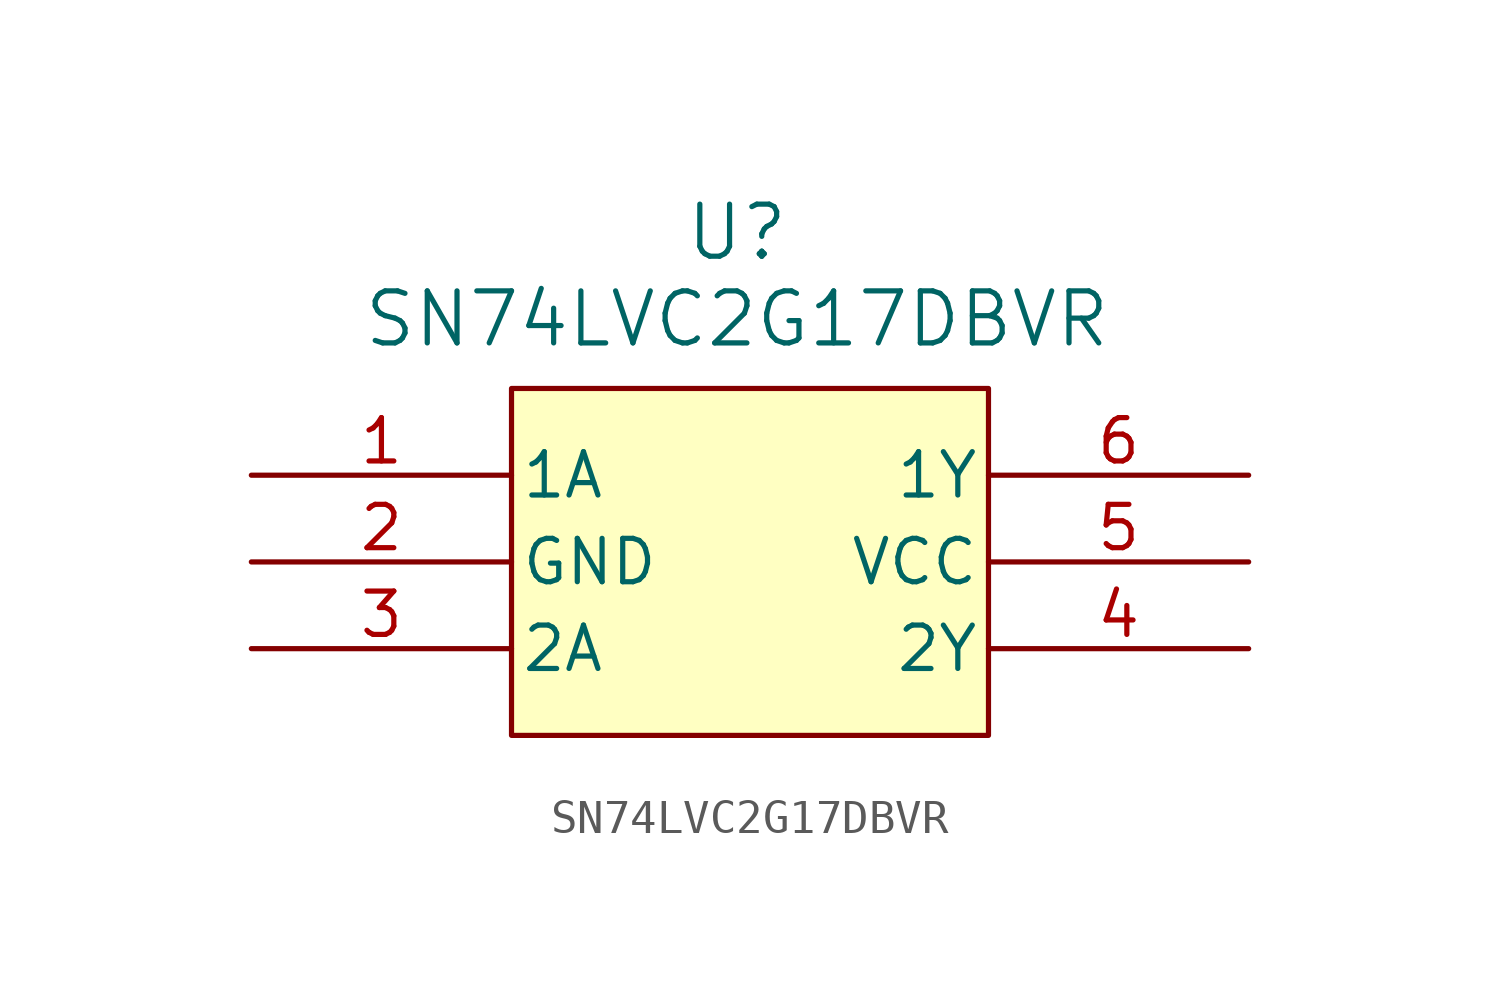
<source format=kicad_sym>
(kicad_symbol_lib
  (version 20241209)
  (generator "kicad_symbol_editor")
  (generator_version "9.0")
  (symbol "SN74LVC2G17DBVR"
    (pin_names
      (offset 0.254))
    (property "Reference" "U"
      (at 14.224 7.112 0)
      (effects (font (size 1.524 1.524))))
    (property "Value" "SN74LVC2G17DBVR"
      (at 14.224 4.572 0)
      (effects (font (size 1.524 1.524))))
    (property "ki_locked" ""
      (at 0 0 0)
      (effects (font (size 1.27 1.27))))
    (symbol "SN74LVC2G17DBVR_0_1"
      (pin input line (at 0 0 0) (length 7.62) (name "1A" (effects (font (size 1.27 1.27)))) (number "1" (effects (font (size 1.27 1.27)))))
      (pin power_in line (at 0 -2.54 0) (length 7.62) (name "GND" (effects (font (size 1.27 1.27)))) (number "2" (effects (font (size 1.27 1.27)))))
      (pin input line (at 0 -5.08 0) (length 7.62) (name "2A" (effects (font (size 1.27 1.27)))) (number "3" (effects (font (size 1.27 1.27)))))
      (pin output line (at 29.21 0 180) (length 7.62) (name "1Y" (effects (font (size 1.27 1.27)))) (number "6" (effects (font (size 1.27 1.27)))))
      (pin power_in line (at 29.21 -2.54 180) (length 7.62) (name "VCC" (effects (font (size 1.27 1.27)))) (number "5" (effects (font (size 1.27 1.27)))))
      (pin output line (at 29.21 -5.08 180) (length 7.62) (name "2Y" (effects (font (size 1.27 1.27)))) (number "4" (effects (font (size 1.27 1.27))))))
    (symbol "SN74LVC2G17DBVR_1_1"
      (rectangle (start 7.62 2.54) (end 21.59 -7.62) (stroke (width 0) (type default)) (fill (type background))))))
</source>
